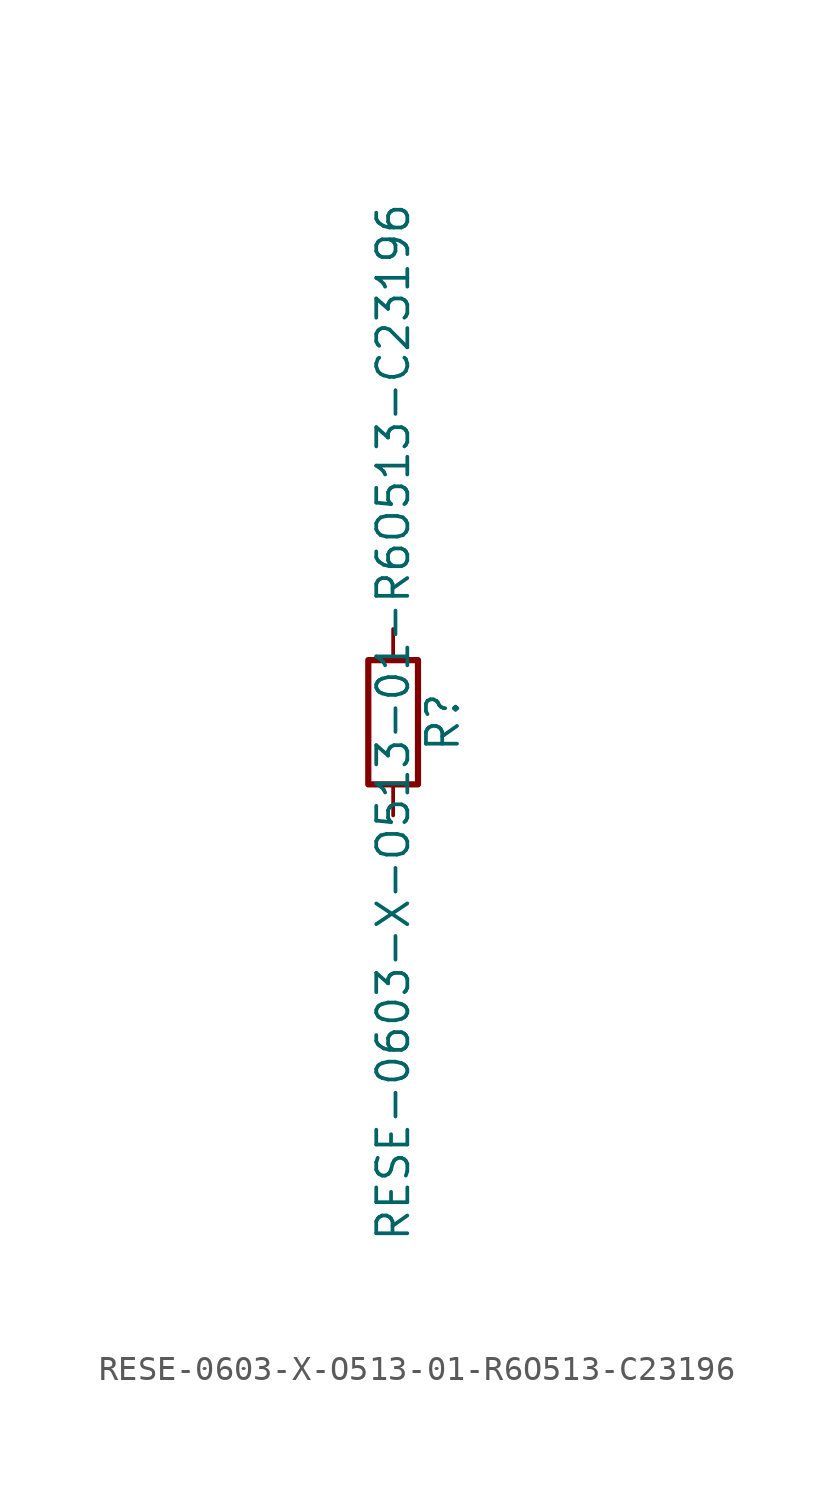
<source format=kicad_sym>
(kicad_symbol_lib
  (version 20211014)
  (generator kicad_symbol_editor)
  (symbol "RESE-0603-X-O513-01-R6O513-C23196"
    (pin_numbers hide)
    (pin_names
      (offset 0))
    (property "Reference" "R"
      (at 2.032 0 90)
      (effects (font (size 1.27 1.27))))
    (property "Value" "RESE-0603-X-O513-01-R6O513-C23196"
      (at 0 0 90)
      (effects (font (size 1.27 1.27))))
    (symbol "RESE-0603-X-O513-01-R6O513-C23196_0_1"
      (rectangle (start -1.016 -2.54) (end 1.016 2.54) (stroke (width 0.254) (type default) (color 0 0 0 0)) (fill (type none))))
    (symbol "RESE-0603-X-O513-01-R6O513-C23196_1_1"
      (pin passive line (at 0 3.81 270) (length 1.27) (name "~" (effects (font (size 1.27 1.27)))) (number "1" (effects (font (size 1.27 1.27)))))
      (pin passive line (at 0 -3.81 90) (length 1.27) (name "~" (effects (font (size 1.27 1.27)))) (number "2" (effects (font (size 1.27 1.27))))))))
</source>
